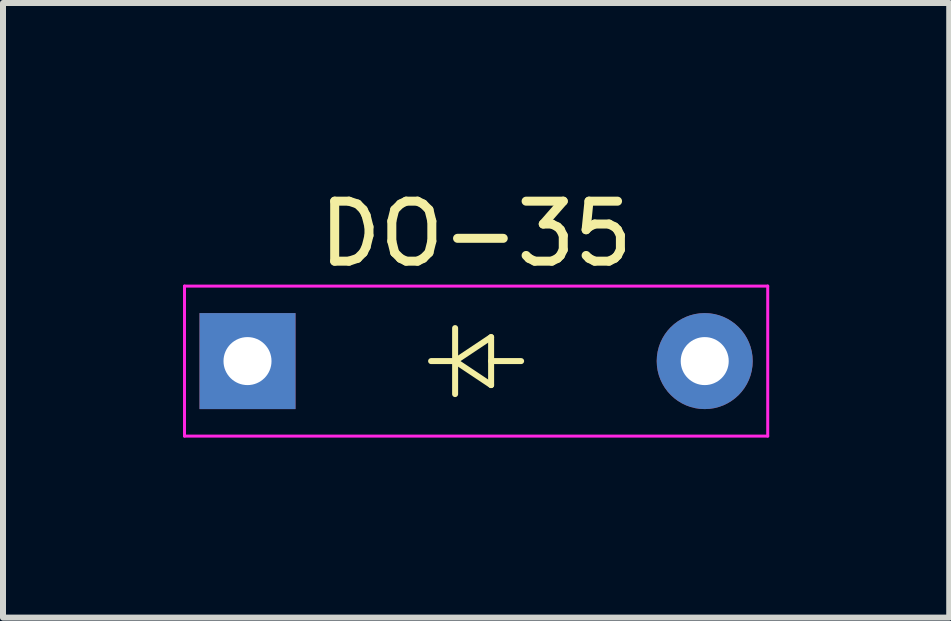
<source format=kicad_pcb>
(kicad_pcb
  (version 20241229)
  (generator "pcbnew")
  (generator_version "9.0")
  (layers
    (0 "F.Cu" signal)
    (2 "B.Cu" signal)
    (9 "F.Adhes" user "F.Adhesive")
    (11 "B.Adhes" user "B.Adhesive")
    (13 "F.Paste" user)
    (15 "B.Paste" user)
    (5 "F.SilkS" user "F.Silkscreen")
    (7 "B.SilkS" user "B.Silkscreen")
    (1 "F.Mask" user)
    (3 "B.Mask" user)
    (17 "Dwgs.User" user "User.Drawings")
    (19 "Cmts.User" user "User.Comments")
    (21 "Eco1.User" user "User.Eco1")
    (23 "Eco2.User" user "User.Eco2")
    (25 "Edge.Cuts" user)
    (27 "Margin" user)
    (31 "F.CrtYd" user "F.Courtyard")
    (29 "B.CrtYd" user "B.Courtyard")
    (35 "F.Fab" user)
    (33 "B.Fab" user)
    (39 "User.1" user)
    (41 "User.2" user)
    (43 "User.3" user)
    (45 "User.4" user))
  (footprint "DO-35"
    (layer "F.Cu")
    (at 1.075 2.968)
    (property "Reference" "DO-35" (at 3.81 -2.12 0) (layer "F.SilkS") (effects (font (size 1 1) (thickness 0.15))))
    (attr through_hole)
    (fp_line (start 3.06 0) (end 3.46 0) (stroke (width 0.1) (type solid)) (layer "F.SilkS"))
    (fp_line (start 3.46 -0.55) (end 3.46 0.55) (stroke (width 0.1) (type solid)) (layer "F.SilkS"))
    (fp_line (start 3.46 0) (end 4.06 -0.4) (stroke (width 0.1) (type solid)) (layer "F.SilkS"))
    (fp_line (start 4.06 -0.4) (end 4.06 0.4) (stroke (width 0.1) (type solid)) (layer "F.SilkS"))
    (fp_line (start 4.06 0) (end 4.56 0) (stroke (width 0.1) (type solid)) (layer "F.SilkS"))
    (fp_line (start 4.06 0.4) (end 3.46 0) (stroke (width 0.1) (type solid)) (layer "F.SilkS"))
    (fp_line (start -1.05 -1.25) (end -1.05 1.25) (stroke (width 0.05) (type solid)) (layer "F.CrtYd"))
    (fp_line (start -1.05 1.25) (end 8.67 1.25) (stroke (width 0.05) (type solid)) (layer "F.CrtYd"))
    (fp_line (start 8.67 -1.25) (end -1.05 -1.25) (stroke (width 0.05) (type solid)) (layer "F.CrtYd"))
    (fp_line (start 8.67 1.25) (end 8.67 -1.25) (stroke (width 0.05) (type solid)) (layer "F.CrtYd"))
    (pad "1" thru_hole rect (at 0 0) (size 1.6 1.6) (drill 0.8) (layers "*.Cu" "*.Mask"))
    (pad "2" thru_hole oval (at 7.62 0) (size 1.6 1.6) (drill 0.8) (layers "*.Cu" "*.Mask")))
  (gr_rect
    (start -3 -3)
    (end 12.77 7.243)
    (stroke (width 0.1) (type default))
    (fill no)
    (layer "Edge.Cuts")))
</source>
